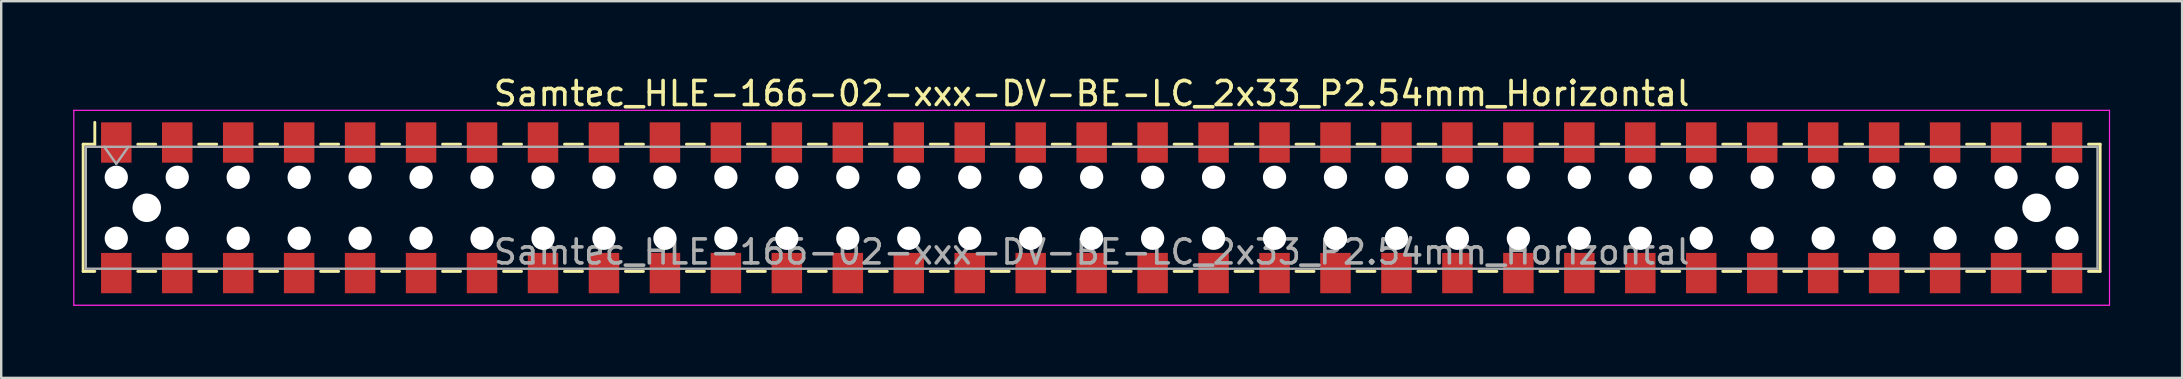
<source format=kicad_pcb>
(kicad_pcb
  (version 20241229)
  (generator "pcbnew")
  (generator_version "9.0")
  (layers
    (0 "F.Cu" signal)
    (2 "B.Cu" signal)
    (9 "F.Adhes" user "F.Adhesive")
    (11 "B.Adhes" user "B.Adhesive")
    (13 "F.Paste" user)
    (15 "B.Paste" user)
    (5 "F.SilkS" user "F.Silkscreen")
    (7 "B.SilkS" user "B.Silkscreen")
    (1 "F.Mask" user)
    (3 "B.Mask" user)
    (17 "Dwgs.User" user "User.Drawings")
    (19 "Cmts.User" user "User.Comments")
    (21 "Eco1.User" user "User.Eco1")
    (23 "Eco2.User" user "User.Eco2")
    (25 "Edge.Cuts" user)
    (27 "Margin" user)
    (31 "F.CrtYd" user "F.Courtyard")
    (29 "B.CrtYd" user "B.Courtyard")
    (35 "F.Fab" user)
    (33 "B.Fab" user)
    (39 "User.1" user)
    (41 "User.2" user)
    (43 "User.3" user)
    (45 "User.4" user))
  (footprint "Samtec_HLE-166-02-xxx-DV-BE-LC_2x33_P2.54mm_Horizontal"
    (layer "F.Cu")
    (at 42.435 5.608)
    (property "Reference" "Samtec_HLE-166-02-xxx-DV-BE-LC_2x33_P2.54mm_Horizontal" (at 0 -4.76 0) (layer "F.SilkS") (effects (font (size 1 1) (thickness 0.15))))
    (attr smd)
    (fp_line (start -42.02 -2.65) (end -42.02 2.65) (stroke (width 0.12) (type solid)) (layer "F.SilkS"))
    (fp_line (start -42.02 2.65) (end -41.535 2.65) (stroke (width 0.12) (type solid)) (layer "F.SilkS"))
    (fp_line (start -41.535 -3.56) (end -41.535 -2.65) (stroke (width 0.12) (type solid)) (layer "F.SilkS"))
    (fp_line (start -41.535 -2.65) (end -42.02 -2.65) (stroke (width 0.12) (type solid)) (layer "F.SilkS"))
    (fp_line (start -39.745 -2.65) (end -38.995 -2.65) (stroke (width 0.12) (type solid)) (layer "F.SilkS"))
    (fp_line (start -39.745 2.65) (end -38.995 2.65) (stroke (width 0.12) (type solid)) (layer "F.SilkS"))
    (fp_line (start -37.205 -2.65) (end -36.455 -2.65) (stroke (width 0.12) (type solid)) (layer "F.SilkS"))
    (fp_line (start -37.205 2.65) (end -36.455 2.65) (stroke (width 0.12) (type solid)) (layer "F.SilkS"))
    (fp_line (start -34.665 -2.65) (end -33.915 -2.65) (stroke (width 0.12) (type solid)) (layer "F.SilkS"))
    (fp_line (start -34.665 2.65) (end -33.915 2.65) (stroke (width 0.12) (type solid)) (layer "F.SilkS"))
    (fp_line (start -32.125 -2.65) (end -31.375 -2.65) (stroke (width 0.12) (type solid)) (layer "F.SilkS"))
    (fp_line (start -32.125 2.65) (end -31.375 2.65) (stroke (width 0.12) (type solid)) (layer "F.SilkS"))
    (fp_line (start -29.585 -2.65) (end -28.835 -2.65) (stroke (width 0.12) (type solid)) (layer "F.SilkS"))
    (fp_line (start -29.585 2.65) (end -28.835 2.65) (stroke (width 0.12) (type solid)) (layer "F.SilkS"))
    (fp_line (start -27.045 -2.65) (end -26.295 -2.65) (stroke (width 0.12) (type solid)) (layer "F.SilkS"))
    (fp_line (start -27.045 2.65) (end -26.295 2.65) (stroke (width 0.12) (type solid)) (layer "F.SilkS"))
    (fp_line (start -24.505 -2.65) (end -23.755 -2.65) (stroke (width 0.12) (type solid)) (layer "F.SilkS"))
    (fp_line (start -24.505 2.65) (end -23.755 2.65) (stroke (width 0.12) (type solid)) (layer "F.SilkS"))
    (fp_line (start -21.965 -2.65) (end -21.215 -2.65) (stroke (width 0.12) (type solid)) (layer "F.SilkS"))
    (fp_line (start -21.965 2.65) (end -21.215 2.65) (stroke (width 0.12) (type solid)) (layer "F.SilkS"))
    (fp_line (start -19.425 -2.65) (end -18.675 -2.65) (stroke (width 0.12) (type solid)) (layer "F.SilkS"))
    (fp_line (start -19.425 2.65) (end -18.675 2.65) (stroke (width 0.12) (type solid)) (layer "F.SilkS"))
    (fp_line (start -16.885 -2.65) (end -16.135 -2.65) (stroke (width 0.12) (type solid)) (layer "F.SilkS"))
    (fp_line (start -16.885 2.65) (end -16.135 2.65) (stroke (width 0.12) (type solid)) (layer "F.SilkS"))
    (fp_line (start -14.345 -2.65) (end -13.595 -2.65) (stroke (width 0.12) (type solid)) (layer "F.SilkS"))
    (fp_line (start -14.345 2.65) (end -13.595 2.65) (stroke (width 0.12) (type solid)) (layer "F.SilkS"))
    (fp_line (start -11.805 -2.65) (end -11.055 -2.65) (stroke (width 0.12) (type solid)) (layer "F.SilkS"))
    (fp_line (start -11.805 2.65) (end -11.055 2.65) (stroke (width 0.12) (type solid)) (layer "F.SilkS"))
    (fp_line (start -9.265 -2.65) (end -8.515 -2.65) (stroke (width 0.12) (type solid)) (layer "F.SilkS"))
    (fp_line (start -9.265 2.65) (end -8.515 2.65) (stroke (width 0.12) (type solid)) (layer "F.SilkS"))
    (fp_line (start -6.725 -2.65) (end -5.975 -2.65) (stroke (width 0.12) (type solid)) (layer "F.SilkS"))
    (fp_line (start -6.725 2.65) (end -5.975 2.65) (stroke (width 0.12) (type solid)) (layer "F.SilkS"))
    (fp_line (start -4.185 -2.65) (end -3.435 -2.65) (stroke (width 0.12) (type solid)) (layer "F.SilkS"))
    (fp_line (start -4.185 2.65) (end -3.435 2.65) (stroke (width 0.12) (type solid)) (layer "F.SilkS"))
    (fp_line (start -1.645 -2.65) (end -0.895 -2.65) (stroke (width 0.12) (type solid)) (layer "F.SilkS"))
    (fp_line (start -1.645 2.65) (end -0.895 2.65) (stroke (width 0.12) (type solid)) (layer "F.SilkS"))
    (fp_line (start 0.895 -2.65) (end 1.645 -2.65) (stroke (width 0.12) (type solid)) (layer "F.SilkS"))
    (fp_line (start 0.895 2.65) (end 1.645 2.65) (stroke (width 0.12) (type solid)) (layer "F.SilkS"))
    (fp_line (start 3.435 -2.65) (end 4.185 -2.65) (stroke (width 0.12) (type solid)) (layer "F.SilkS"))
    (fp_line (start 3.435 2.65) (end 4.185 2.65) (stroke (width 0.12) (type solid)) (layer "F.SilkS"))
    (fp_line (start 5.975 -2.65) (end 6.725 -2.65) (stroke (width 0.12) (type solid)) (layer "F.SilkS"))
    (fp_line (start 5.975 2.65) (end 6.725 2.65) (stroke (width 0.12) (type solid)) (layer "F.SilkS"))
    (fp_line (start 8.515 -2.65) (end 9.265 -2.65) (stroke (width 0.12) (type solid)) (layer "F.SilkS"))
    (fp_line (start 8.515 2.65) (end 9.265 2.65) (stroke (width 0.12) (type solid)) (layer "F.SilkS"))
    (fp_line (start 11.055 -2.65) (end 11.805 -2.65) (stroke (width 0.12) (type solid)) (layer "F.SilkS"))
    (fp_line (start 11.055 2.65) (end 11.805 2.65) (stroke (width 0.12) (type solid)) (layer "F.SilkS"))
    (fp_line (start 13.595 -2.65) (end 14.345 -2.65) (stroke (width 0.12) (type solid)) (layer "F.SilkS"))
    (fp_line (start 13.595 2.65) (end 14.345 2.65) (stroke (width 0.12) (type solid)) (layer "F.SilkS"))
    (fp_line (start 16.135 -2.65) (end 16.885 -2.65) (stroke (width 0.12) (type solid)) (layer "F.SilkS"))
    (fp_line (start 16.135 2.65) (end 16.885 2.65) (stroke (width 0.12) (type solid)) (layer "F.SilkS"))
    (fp_line (start 18.675 -2.65) (end 19.425 -2.65) (stroke (width 0.12) (type solid)) (layer "F.SilkS"))
    (fp_line (start 18.675 2.65) (end 19.425 2.65) (stroke (width 0.12) (type solid)) (layer "F.SilkS"))
    (fp_line (start 21.215 -2.65) (end 21.965 -2.65) (stroke (width 0.12) (type solid)) (layer "F.SilkS"))
    (fp_line (start 21.215 2.65) (end 21.965 2.65) (stroke (width 0.12) (type solid)) (layer "F.SilkS"))
    (fp_line (start 23.755 -2.65) (end 24.505 -2.65) (stroke (width 0.12) (type solid)) (layer "F.SilkS"))
    (fp_line (start 23.755 2.65) (end 24.505 2.65) (stroke (width 0.12) (type solid)) (layer "F.SilkS"))
    (fp_line (start 26.295 -2.65) (end 27.045 -2.65) (stroke (width 0.12) (type solid)) (layer "F.SilkS"))
    (fp_line (start 26.295 2.65) (end 27.045 2.65) (stroke (width 0.12) (type solid)) (layer "F.SilkS"))
    (fp_line (start 28.835 -2.65) (end 29.585 -2.65) (stroke (width 0.12) (type solid)) (layer "F.SilkS"))
    (fp_line (start 28.835 2.65) (end 29.585 2.65) (stroke (width 0.12) (type solid)) (layer "F.SilkS"))
    (fp_line (start 31.375 -2.65) (end 32.125 -2.65) (stroke (width 0.12) (type solid)) (layer "F.SilkS"))
    (fp_line (start 31.375 2.65) (end 32.125 2.65) (stroke (width 0.12) (type solid)) (layer "F.SilkS"))
    (fp_line (start 33.915 -2.65) (end 34.665 -2.65) (stroke (width 0.12) (type solid)) (layer "F.SilkS"))
    (fp_line (start 33.915 2.65) (end 34.665 2.65) (stroke (width 0.12) (type solid)) (layer "F.SilkS"))
    (fp_line (start 36.455 -2.65) (end 37.205 -2.65) (stroke (width 0.12) (type solid)) (layer "F.SilkS"))
    (fp_line (start 36.455 2.65) (end 37.205 2.65) (stroke (width 0.12) (type solid)) (layer "F.SilkS"))
    (fp_line (start 38.995 -2.65) (end 39.745 -2.65) (stroke (width 0.12) (type solid)) (layer "F.SilkS"))
    (fp_line (start 38.995 2.65) (end 39.745 2.65) (stroke (width 0.12) (type solid)) (layer "F.SilkS"))
    (fp_line (start 41.535 -2.65) (end 42.02 -2.65) (stroke (width 0.12) (type solid)) (layer "F.SilkS"))
    (fp_line (start 42.02 -2.65) (end 42.02 2.65) (stroke (width 0.12) (type solid)) (layer "F.SilkS"))
    (fp_line (start 42.02 2.65) (end 41.535 2.65) (stroke (width 0.12) (type solid)) (layer "F.SilkS"))
    (fp_line (start -42.41 -4.06) (end 42.41 -4.06) (stroke (width 0.05) (type solid)) (layer "F.CrtYd"))
    (fp_line (start -42.41 4.06) (end -42.41 -4.06) (stroke (width 0.05) (type solid)) (layer "F.CrtYd"))
    (fp_line (start 42.41 -4.06) (end 42.41 4.06) (stroke (width 0.05) (type solid)) (layer "F.CrtYd"))
    (fp_line (start 42.41 4.06) (end -42.41 4.06) (stroke (width 0.05) (type solid)) (layer "F.CrtYd"))
    (fp_line (start -41.91 -2.54) (end 41.91 -2.54) (stroke (width 0.1) (type solid)) (layer "F.Fab"))
    (fp_line (start -41.91 2.54) (end -41.91 -2.54) (stroke (width 0.1) (type solid)) (layer "F.Fab"))
    (fp_line (start -41.14 -2.54) (end -40.64 -1.833) (stroke (width 0.1) (type solid)) (layer "F.Fab"))
    (fp_line (start -40.64 -1.833) (end -40.14 -2.54) (stroke (width 0.1) (type solid)) (layer "F.Fab"))
    (fp_line (start 41.91 -2.54) (end 41.91 2.54) (stroke (width 0.1) (type solid)) (layer "F.Fab"))
    (fp_line (start 41.91 2.54) (end -41.91 2.54) (stroke (width 0.1) (type solid)) (layer "F.Fab"))
    (fp_text user "${REFERENCE}" (at 0 1.84 0) (layer "F.Fab") (effects (font (size 1 1) (thickness 0.15))))
    (pad "" np_thru_hole circle (at -40.64 -1.27) (size 0.97 0.97) (drill 0.97) (layers "*.Cu" "*.Mask"))
    (pad "" np_thru_hole circle (at -40.64 1.27) (size 0.97 0.97) (drill 0.97) (layers "*.Cu" "*.Mask"))
    (pad "" np_thru_hole circle (at -39.37 0) (size 1.19 1.19) (drill 1.19) (layers "*.Cu" "*.Mask"))
    (pad "" np_thru_hole circle (at -38.1 -1.27) (size 0.97 0.97) (drill 0.97) (layers "*.Cu" "*.Mask"))
    (pad "" np_thru_hole circle (at -38.1 1.27) (size 0.97 0.97) (drill 0.97) (layers "*.Cu" "*.Mask"))
    (pad "" np_thru_hole circle (at -35.56 -1.27) (size 0.97 0.97) (drill 0.97) (layers "*.Cu" "*.Mask"))
    (pad "" np_thru_hole circle (at -35.56 1.27) (size 0.97 0.97) (drill 0.97) (layers "*.Cu" "*.Mask"))
    (pad "" np_thru_hole circle (at -33.02 -1.27) (size 0.97 0.97) (drill 0.97) (layers "*.Cu" "*.Mask"))
    (pad "" np_thru_hole circle (at -33.02 1.27) (size 0.97 0.97) (drill 0.97) (layers "*.Cu" "*.Mask"))
    (pad "" np_thru_hole circle (at -30.48 -1.27) (size 0.97 0.97) (drill 0.97) (layers "*.Cu" "*.Mask"))
    (pad "" np_thru_hole circle (at -30.48 1.27) (size 0.97 0.97) (drill 0.97) (layers "*.Cu" "*.Mask"))
    (pad "" np_thru_hole circle (at -27.94 -1.27) (size 0.97 0.97) (drill 0.97) (layers "*.Cu" "*.Mask"))
    (pad "" np_thru_hole circle (at -27.94 1.27) (size 0.97 0.97) (drill 0.97) (layers "*.Cu" "*.Mask"))
    (pad "" np_thru_hole circle (at -25.4 -1.27) (size 0.97 0.97) (drill 0.97) (layers "*.Cu" "*.Mask"))
    (pad "" np_thru_hole circle (at -25.4 1.27) (size 0.97 0.97) (drill 0.97) (layers "*.Cu" "*.Mask"))
    (pad "" np_thru_hole circle (at -22.86 -1.27) (size 0.97 0.97) (drill 0.97) (layers "*.Cu" "*.Mask"))
    (pad "" np_thru_hole circle (at -22.86 1.27) (size 0.97 0.97) (drill 0.97) (layers "*.Cu" "*.Mask"))
    (pad "" np_thru_hole circle (at -20.32 -1.27) (size 0.97 0.97) (drill 0.97) (layers "*.Cu" "*.Mask"))
    (pad "" np_thru_hole circle (at -20.32 1.27) (size 0.97 0.97) (drill 0.97) (layers "*.Cu" "*.Mask"))
    (pad "" np_thru_hole circle (at -17.78 -1.27) (size 0.97 0.97) (drill 0.97) (layers "*.Cu" "*.Mask"))
    (pad "" np_thru_hole circle (at -17.78 1.27) (size 0.97 0.97) (drill 0.97) (layers "*.Cu" "*.Mask"))
    (pad "" np_thru_hole circle (at -15.24 -1.27) (size 0.97 0.97) (drill 0.97) (layers "*.Cu" "*.Mask"))
    (pad "" np_thru_hole circle (at -15.24 1.27) (size 0.97 0.97) (drill 0.97) (layers "*.Cu" "*.Mask"))
    (pad "" np_thru_hole circle (at -12.7 -1.27) (size 0.97 0.97) (drill 0.97) (layers "*.Cu" "*.Mask"))
    (pad "" np_thru_hole circle (at -12.7 1.27) (size 0.97 0.97) (drill 0.97) (layers "*.Cu" "*.Mask"))
    (pad "" np_thru_hole circle (at -10.16 -1.27) (size 0.97 0.97) (drill 0.97) (layers "*.Cu" "*.Mask"))
    (pad "" np_thru_hole circle (at -10.16 1.27) (size 0.97 0.97) (drill 0.97) (layers "*.Cu" "*.Mask"))
    (pad "" np_thru_hole circle (at -7.62 -1.27) (size 0.97 0.97) (drill 0.97) (layers "*.Cu" "*.Mask"))
    (pad "" np_thru_hole circle (at -7.62 1.27) (size 0.97 0.97) (drill 0.97) (layers "*.Cu" "*.Mask"))
    (pad "" np_thru_hole circle (at -5.08 -1.27) (size 0.97 0.97) (drill 0.97) (layers "*.Cu" "*.Mask"))
    (pad "" np_thru_hole circle (at -5.08 1.27) (size 0.97 0.97) (drill 0.97) (layers "*.Cu" "*.Mask"))
    (pad "" np_thru_hole circle (at -2.54 -1.27) (size 0.97 0.97) (drill 0.97) (layers "*.Cu" "*.Mask"))
    (pad "" np_thru_hole circle (at -2.54 1.27) (size 0.97 0.97) (drill 0.97) (layers "*.Cu" "*.Mask"))
    (pad "" np_thru_hole circle (at 0 -1.27) (size 0.97 0.97) (drill 0.97) (layers "*.Cu" "*.Mask"))
    (pad "" np_thru_hole circle (at 0 1.27) (size 0.97 0.97) (drill 0.97) (layers "*.Cu" "*.Mask"))
    (pad "" np_thru_hole circle (at 2.54 -1.27) (size 0.97 0.97) (drill 0.97) (layers "*.Cu" "*.Mask"))
    (pad "" np_thru_hole circle (at 2.54 1.27) (size 0.97 0.97) (drill 0.97) (layers "*.Cu" "*.Mask"))
    (pad "" np_thru_hole circle (at 5.08 -1.27) (size 0.97 0.97) (drill 0.97) (layers "*.Cu" "*.Mask"))
    (pad "" np_thru_hole circle (at 5.08 1.27) (size 0.97 0.97) (drill 0.97) (layers "*.Cu" "*.Mask"))
    (pad "" np_thru_hole circle (at 7.62 -1.27) (size 0.97 0.97) (drill 0.97) (layers "*.Cu" "*.Mask"))
    (pad "" np_thru_hole circle (at 7.62 1.27) (size 0.97 0.97) (drill 0.97) (layers "*.Cu" "*.Mask"))
    (pad "" np_thru_hole circle (at 10.16 -1.27) (size 0.97 0.97) (drill 0.97) (layers "*.Cu" "*.Mask"))
    (pad "" np_thru_hole circle (at 10.16 1.27) (size 0.97 0.97) (drill 0.97) (layers "*.Cu" "*.Mask"))
    (pad "" np_thru_hole circle (at 12.7 -1.27) (size 0.97 0.97) (drill 0.97) (layers "*.Cu" "*.Mask"))
    (pad "" np_thru_hole circle (at 12.7 1.27) (size 0.97 0.97) (drill 0.97) (layers "*.Cu" "*.Mask"))
    (pad "" np_thru_hole circle (at 15.24 -1.27) (size 0.97 0.97) (drill 0.97) (layers "*.Cu" "*.Mask"))
    (pad "" np_thru_hole circle (at 15.24 1.27) (size 0.97 0.97) (drill 0.97) (layers "*.Cu" "*.Mask"))
    (pad "" np_thru_hole circle (at 17.78 -1.27) (size 0.97 0.97) (drill 0.97) (layers "*.Cu" "*.Mask"))
    (pad "" np_thru_hole circle (at 17.78 1.27) (size 0.97 0.97) (drill 0.97) (layers "*.Cu" "*.Mask"))
    (pad "" np_thru_hole circle (at 20.32 -1.27) (size 0.97 0.97) (drill 0.97) (layers "*.Cu" "*.Mask"))
    (pad "" np_thru_hole circle (at 20.32 1.27) (size 0.97 0.97) (drill 0.97) (layers "*.Cu" "*.Mask"))
    (pad "" np_thru_hole circle (at 22.86 -1.27) (size 0.97 0.97) (drill 0.97) (layers "*.Cu" "*.Mask"))
    (pad "" np_thru_hole circle (at 22.86 1.27) (size 0.97 0.97) (drill 0.97) (layers "*.Cu" "*.Mask"))
    (pad "" np_thru_hole circle (at 25.4 -1.27) (size 0.97 0.97) (drill 0.97) (layers "*.Cu" "*.Mask"))
    (pad "" np_thru_hole circle (at 25.4 1.27) (size 0.97 0.97) (drill 0.97) (layers "*.Cu" "*.Mask"))
    (pad "" np_thru_hole circle (at 27.94 -1.27) (size 0.97 0.97) (drill 0.97) (layers "*.Cu" "*.Mask"))
    (pad "" np_thru_hole circle (at 27.94 1.27) (size 0.97 0.97) (drill 0.97) (layers "*.Cu" "*.Mask"))
    (pad "" np_thru_hole circle (at 30.48 -1.27) (size 0.97 0.97) (drill 0.97) (layers "*.Cu" "*.Mask"))
    (pad "" np_thru_hole circle (at 30.48 1.27) (size 0.97 0.97) (drill 0.97) (layers "*.Cu" "*.Mask"))
    (pad "" np_thru_hole circle (at 33.02 -1.27) (size 0.97 0.97) (drill 0.97) (layers "*.Cu" "*.Mask"))
    (pad "" np_thru_hole circle (at 33.02 1.27) (size 0.97 0.97) (drill 0.97) (layers "*.Cu" "*.Mask"))
    (pad "" np_thru_hole circle (at 35.56 -1.27) (size 0.97 0.97) (drill 0.97) (layers "*.Cu" "*.Mask"))
    (pad "" np_thru_hole circle (at 35.56 1.27) (size 0.97 0.97) (drill 0.97) (layers "*.Cu" "*.Mask"))
    (pad "" np_thru_hole circle (at 38.1 -1.27) (size 0.97 0.97) (drill 0.97) (layers "*.Cu" "*.Mask"))
    (pad "" np_thru_hole circle (at 38.1 1.27) (size 0.97 0.97) (drill 0.97) (layers "*.Cu" "*.Mask"))
    (pad "" np_thru_hole circle (at 39.37 0) (size 1.19 1.19) (drill 1.19) (layers "*.Cu" "*.Mask"))
    (pad "" np_thru_hole circle (at 40.64 -1.27) (size 0.97 0.97) (drill 0.97) (layers "*.Cu" "*.Mask"))
    (pad "" np_thru_hole circle (at 40.64 1.27) (size 0.97 0.97) (drill 0.97) (layers "*.Cu" "*.Mask"))
    (pad "1" smd rect (at -40.64 -2.72) (size 1.27 1.68) (layers "F.Cu" "F.Mask" "F.Paste"))
    (pad "2" smd rect (at -40.64 2.72) (size 1.27 1.68) (layers "F.Cu" "F.Mask" "F.Paste"))
    (pad "3" smd rect (at -38.1 -2.72) (size 1.27 1.68) (layers "F.Cu" "F.Mask" "F.Paste"))
    (pad "4" smd rect (at -38.1 2.72) (size 1.27 1.68) (layers "F.Cu" "F.Mask" "F.Paste"))
    (pad "5" smd rect (at -35.56 -2.72) (size 1.27 1.68) (layers "F.Cu" "F.Mask" "F.Paste"))
    (pad "6" smd rect (at -35.56 2.72) (size 1.27 1.68) (layers "F.Cu" "F.Mask" "F.Paste"))
    (pad "7" smd rect (at -33.02 -2.72) (size 1.27 1.68) (layers "F.Cu" "F.Mask" "F.Paste"))
    (pad "8" smd rect (at -33.02 2.72) (size 1.27 1.68) (layers "F.Cu" "F.Mask" "F.Paste"))
    (pad "9" smd rect (at -30.48 -2.72) (size 1.27 1.68) (layers "F.Cu" "F.Mask" "F.Paste"))
    (pad "10" smd rect (at -30.48 2.72) (size 1.27 1.68) (layers "F.Cu" "F.Mask" "F.Paste"))
    (pad "11" smd rect (at -27.94 -2.72) (size 1.27 1.68) (layers "F.Cu" "F.Mask" "F.Paste"))
    (pad "12" smd rect (at -27.94 2.72) (size 1.27 1.68) (layers "F.Cu" "F.Mask" "F.Paste"))
    (pad "13" smd rect (at -25.4 -2.72) (size 1.27 1.68) (layers "F.Cu" "F.Mask" "F.Paste"))
    (pad "14" smd rect (at -25.4 2.72) (size 1.27 1.68) (layers "F.Cu" "F.Mask" "F.Paste"))
    (pad "15" smd rect (at -22.86 -2.72) (size 1.27 1.68) (layers "F.Cu" "F.Mask" "F.Paste"))
    (pad "16" smd rect (at -22.86 2.72) (size 1.27 1.68) (layers "F.Cu" "F.Mask" "F.Paste"))
    (pad "17" smd rect (at -20.32 -2.72) (size 1.27 1.68) (layers "F.Cu" "F.Mask" "F.Paste"))
    (pad "18" smd rect (at -20.32 2.72) (size 1.27 1.68) (layers "F.Cu" "F.Mask" "F.Paste"))
    (pad "19" smd rect (at -17.78 -2.72) (size 1.27 1.68) (layers "F.Cu" "F.Mask" "F.Paste"))
    (pad "20" smd rect (at -17.78 2.72) (size 1.27 1.68) (layers "F.Cu" "F.Mask" "F.Paste"))
    (pad "21" smd rect (at -15.24 -2.72) (size 1.27 1.68) (layers "F.Cu" "F.Mask" "F.Paste"))
    (pad "22" smd rect (at -15.24 2.72) (size 1.27 1.68) (layers "F.Cu" "F.Mask" "F.Paste"))
    (pad "23" smd rect (at -12.7 -2.72) (size 1.27 1.68) (layers "F.Cu" "F.Mask" "F.Paste"))
    (pad "24" smd rect (at -12.7 2.72) (size 1.27 1.68) (layers "F.Cu" "F.Mask" "F.Paste"))
    (pad "25" smd rect (at -10.16 -2.72) (size 1.27 1.68) (layers "F.Cu" "F.Mask" "F.Paste"))
    (pad "26" smd rect (at -10.16 2.72) (size 1.27 1.68) (layers "F.Cu" "F.Mask" "F.Paste"))
    (pad "27" smd rect (at -7.62 -2.72) (size 1.27 1.68) (layers "F.Cu" "F.Mask" "F.Paste"))
    (pad "28" smd rect (at -7.62 2.72) (size 1.27 1.68) (layers "F.Cu" "F.Mask" "F.Paste"))
    (pad "29" smd rect (at -5.08 -2.72) (size 1.27 1.68) (layers "F.Cu" "F.Mask" "F.Paste"))
    (pad "30" smd rect (at -5.08 2.72) (size 1.27 1.68) (layers "F.Cu" "F.Mask" "F.Paste"))
    (pad "31" smd rect (at -2.54 -2.72) (size 1.27 1.68) (layers "F.Cu" "F.Mask" "F.Paste"))
    (pad "32" smd rect (at -2.54 2.72) (size 1.27 1.68) (layers "F.Cu" "F.Mask" "F.Paste"))
    (pad "33" smd rect (at 0 -2.72) (size 1.27 1.68) (layers "F.Cu" "F.Mask" "F.Paste"))
    (pad "34" smd rect (at 0 2.72) (size 1.27 1.68) (layers "F.Cu" "F.Mask" "F.Paste"))
    (pad "35" smd rect (at 2.54 -2.72) (size 1.27 1.68) (layers "F.Cu" "F.Mask" "F.Paste"))
    (pad "36" smd rect (at 2.54 2.72) (size 1.27 1.68) (layers "F.Cu" "F.Mask" "F.Paste"))
    (pad "37" smd rect (at 5.08 -2.72) (size 1.27 1.68) (layers "F.Cu" "F.Mask" "F.Paste"))
    (pad "38" smd rect (at 5.08 2.72) (size 1.27 1.68) (layers "F.Cu" "F.Mask" "F.Paste"))
    (pad "39" smd rect (at 7.62 -2.72) (size 1.27 1.68) (layers "F.Cu" "F.Mask" "F.Paste"))
    (pad "40" smd rect (at 7.62 2.72) (size 1.27 1.68) (layers "F.Cu" "F.Mask" "F.Paste"))
    (pad "41" smd rect (at 10.16 -2.72) (size 1.27 1.68) (layers "F.Cu" "F.Mask" "F.Paste"))
    (pad "42" smd rect (at 10.16 2.72) (size 1.27 1.68) (layers "F.Cu" "F.Mask" "F.Paste"))
    (pad "43" smd rect (at 12.7 -2.72) (size 1.27 1.68) (layers "F.Cu" "F.Mask" "F.Paste"))
    (pad "44" smd rect (at 12.7 2.72) (size 1.27 1.68) (layers "F.Cu" "F.Mask" "F.Paste"))
    (pad "45" smd rect (at 15.24 -2.72) (size 1.27 1.68) (layers "F.Cu" "F.Mask" "F.Paste"))
    (pad "46" smd rect (at 15.24 2.72) (size 1.27 1.68) (layers "F.Cu" "F.Mask" "F.Paste"))
    (pad "47" smd rect (at 17.78 -2.72) (size 1.27 1.68) (layers "F.Cu" "F.Mask" "F.Paste"))
    (pad "48" smd rect (at 17.78 2.72) (size 1.27 1.68) (layers "F.Cu" "F.Mask" "F.Paste"))
    (pad "49" smd rect (at 20.32 -2.72) (size 1.27 1.68) (layers "F.Cu" "F.Mask" "F.Paste"))
    (pad "50" smd rect (at 20.32 2.72) (size 1.27 1.68) (layers "F.Cu" "F.Mask" "F.Paste"))
    (pad "51" smd rect (at 22.86 -2.72) (size 1.27 1.68) (layers "F.Cu" "F.Mask" "F.Paste"))
    (pad "52" smd rect (at 22.86 2.72) (size 1.27 1.68) (layers "F.Cu" "F.Mask" "F.Paste"))
    (pad "53" smd rect (at 25.4 -2.72) (size 1.27 1.68) (layers "F.Cu" "F.Mask" "F.Paste"))
    (pad "54" smd rect (at 25.4 2.72) (size 1.27 1.68) (layers "F.Cu" "F.Mask" "F.Paste"))
    (pad "55" smd rect (at 27.94 -2.72) (size 1.27 1.68) (layers "F.Cu" "F.Mask" "F.Paste"))
    (pad "56" smd rect (at 27.94 2.72) (size 1.27 1.68) (layers "F.Cu" "F.Mask" "F.Paste"))
    (pad "57" smd rect (at 30.48 -2.72) (size 1.27 1.68) (layers "F.Cu" "F.Mask" "F.Paste"))
    (pad "58" smd rect (at 30.48 2.72) (size 1.27 1.68) (layers "F.Cu" "F.Mask" "F.Paste"))
    (pad "59" smd rect (at 33.02 -2.72) (size 1.27 1.68) (layers "F.Cu" "F.Mask" "F.Paste"))
    (pad "60" smd rect (at 33.02 2.72) (size 1.27 1.68) (layers "F.Cu" "F.Mask" "F.Paste"))
    (pad "61" smd rect (at 35.56 -2.72) (size 1.27 1.68) (layers "F.Cu" "F.Mask" "F.Paste"))
    (pad "62" smd rect (at 35.56 2.72) (size 1.27 1.68) (layers "F.Cu" "F.Mask" "F.Paste"))
    (pad "63" smd rect (at 38.1 -2.72) (size 1.27 1.68) (layers "F.Cu" "F.Mask" "F.Paste"))
    (pad "64" smd rect (at 38.1 2.72) (size 1.27 1.68) (layers "F.Cu" "F.Mask" "F.Paste"))
    (pad "65" smd rect (at 40.64 -2.72) (size 1.27 1.68) (layers "F.Cu" "F.Mask" "F.Paste"))
    (pad "66" smd rect (at 40.64 2.72) (size 1.27 1.68) (layers "F.Cu" "F.Mask" "F.Paste")))
  (gr_rect
    (start -3 -3)
    (end 87.87 12.693)
    (stroke (width 0.1) (type default))
    (fill no)
    (layer "Edge.Cuts")))
</source>
